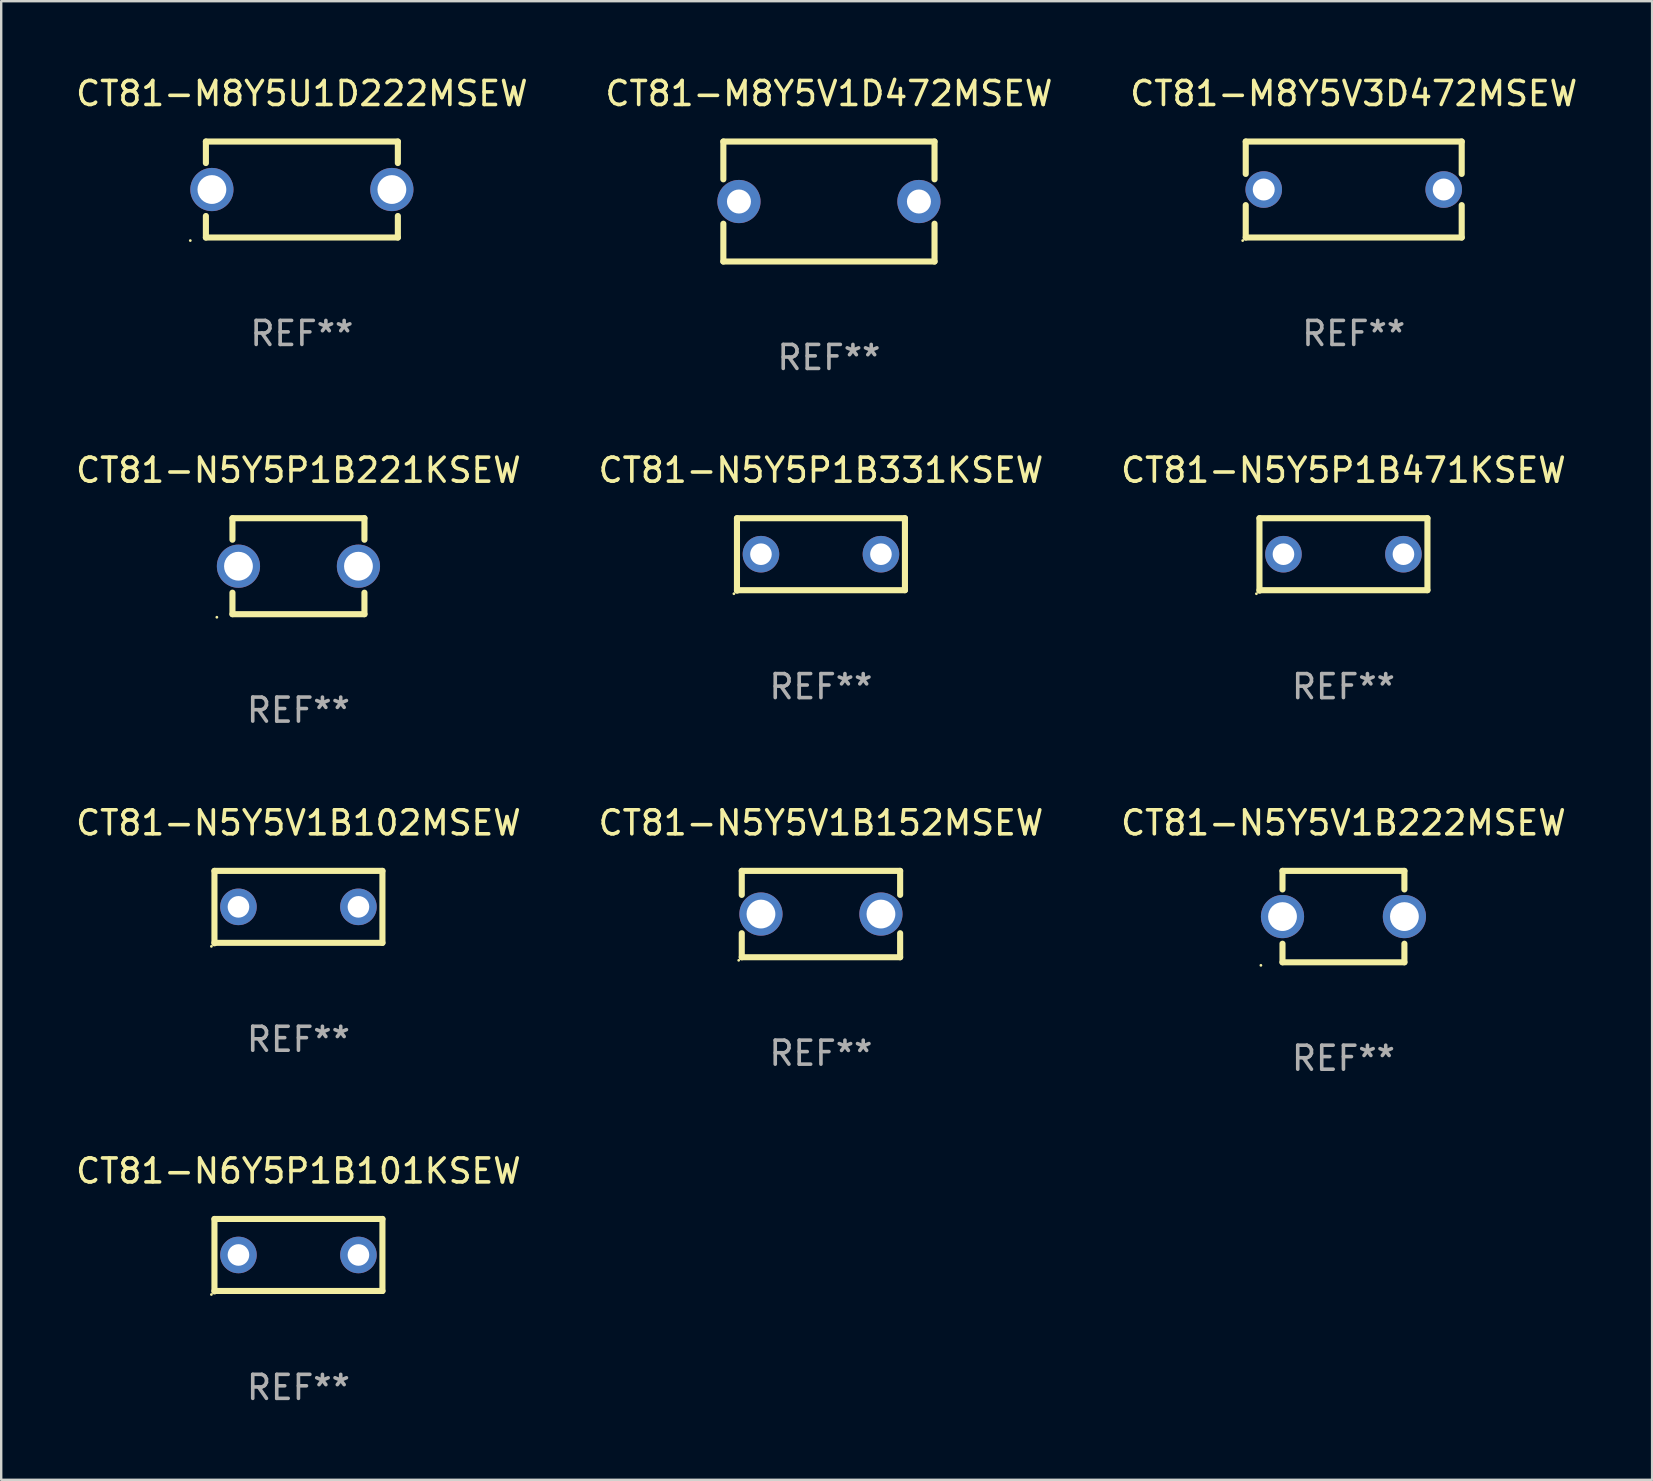
<source format=kicad_pcb>
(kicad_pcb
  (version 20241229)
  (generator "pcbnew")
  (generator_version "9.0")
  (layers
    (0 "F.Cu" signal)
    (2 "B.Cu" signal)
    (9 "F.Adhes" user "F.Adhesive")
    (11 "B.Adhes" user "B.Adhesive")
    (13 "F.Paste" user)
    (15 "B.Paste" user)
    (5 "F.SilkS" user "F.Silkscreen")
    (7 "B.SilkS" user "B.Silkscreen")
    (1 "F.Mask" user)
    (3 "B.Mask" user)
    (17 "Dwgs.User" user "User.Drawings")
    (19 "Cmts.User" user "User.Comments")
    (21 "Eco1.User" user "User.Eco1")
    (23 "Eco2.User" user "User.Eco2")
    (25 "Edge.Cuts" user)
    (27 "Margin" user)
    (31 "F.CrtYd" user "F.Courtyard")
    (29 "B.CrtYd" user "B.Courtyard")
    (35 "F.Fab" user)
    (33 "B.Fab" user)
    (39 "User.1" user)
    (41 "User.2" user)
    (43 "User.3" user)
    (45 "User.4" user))
  (footprint "CT81-N5Y5V1B152MSEW"
    (layer "F.Cu")
    (at 31.161 35.041)
    (property "Reference" "CT81-N5Y5V1B152MSEW" (at 0 -3.8 0) (layer "F.SilkS") (effects (font (size 1 1) (thickness 0.15))))
    (attr through_hole)
    (fp_line (start -3.3 -1.8) (end -3.3 -0.799) (stroke (width 0.254) (type solid)) (layer "F.SilkS"))
    (fp_line (start -3.3 -1.8) (end 3.3 -1.8) (stroke (width 0.254) (type solid)) (layer "F.SilkS"))
    (fp_line (start -3.3 0.799) (end -3.3 1.8) (stroke (width 0.254) (type solid)) (layer "F.SilkS"))
    (fp_line (start 3.3 1.8) (end -3.3 1.8) (stroke (width 0.254) (type solid)) (layer "F.SilkS"))
    (fp_line (start 3.3 -1.8) (end 3.3 -0.799) (stroke (width 0.254) (type solid)) (layer "F.SilkS"))
    (fp_line (start 3.3 0.799) (end 3.3 1.8) (stroke (width 0.254) (type solid)) (layer "F.SilkS"))
    (fp_circle (center -3.427 1.927) (end -3.397 1.927) (stroke (width 0.06) (type solid)) (fill no) (layer "F.SilkS"))
    (fp_text user "REF**" (at 0 5.8 0) (layer "F.Fab") (effects (font (size 1 1) (thickness 0.15))))
    (pad "1" thru_hole circle (at -2.5 0) (size 1.8 1.8) (drill 1.2) (layers "*.Cu" "*.Mask"))
    (pad "2" thru_hole circle (at 2.5 0) (size 1.8 1.8) (drill 1.2) (layers "*.Cu" "*.Mask")))
  (footprint "CT81-N5Y5P1B331KSEW"
    (layer "F.Cu")
    (at 31.161 20.055)
    (property "Reference" "CT81-N5Y5P1B331KSEW" (at 0 -3.51 0) (layer "F.SilkS") (effects (font (size 1 1) (thickness 0.15))))
    (attr through_hole)
    (fp_line (start -3.5 -1.51) (end 3.5 -1.51) (stroke (width 0.254) (type solid)) (layer "F.SilkS"))
    (fp_line (start -3.5 1.51) (end -3.5 -1.51) (stroke (width 0.254) (type solid)) (layer "F.SilkS"))
    (fp_line (start 3.5 -1.51) (end 3.5 1.49) (stroke (width 0.254) (type solid)) (layer "F.SilkS"))
    (fp_line (start 3.5 1.49) (end -3.5 1.49) (stroke (width 0.254) (type solid)) (layer "F.SilkS"))
    (fp_circle (center -3.627 1.637) (end -3.597 1.637) (stroke (width 0.06) (type solid)) (fill no) (layer "F.SilkS"))
    (fp_text user "REF**" (at 0 5.51 0) (layer "F.Fab") (effects (font (size 1 1) (thickness 0.15))))
    (pad "1" thru_hole circle (at -2.5 -0.01) (size 1.524 1.524) (drill 0.9) (layers "*.Cu" "*.Mask"))
    (pad "2" thru_hole circle (at 2.5 -0.01) (size 1.524 1.524) (drill 0.9) (layers "*.Cu" "*.Mask")))
  (footprint "CT81-M8Y5V1D472MSEW"
    (layer "F.Cu")
    (at 31.494 5.348)
    (property "Reference" "CT81-M8Y5V1D472MSEW" (at 0 -4.5 0) (layer "F.SilkS") (effects (font (size 1 1) (thickness 0.15))))
    (attr through_hole)
    (fp_line (start -4.4 -2.5) (end -4.4 -0.925) (stroke (width 0.254) (type solid)) (layer "F.SilkS"))
    (fp_line (start -4.4 -2.5) (end 4.4 -2.5) (stroke (width 0.254) (type solid)) (layer "F.SilkS"))
    (fp_line (start -4.4 0.925) (end -4.4 2.5) (stroke (width 0.254) (type solid)) (layer "F.SilkS"))
    (fp_line (start -4.4 2.5) (end 4.4 2.5) (stroke (width 0.254) (type solid)) (layer "F.SilkS"))
    (fp_line (start 4.4 -2.5) (end 4.4 -0.925) (stroke (width 0.254) (type solid)) (layer "F.SilkS"))
    (fp_line (start 4.4 0.925) (end 4.4 2.5) (stroke (width 0.254) (type solid)) (layer "F.SilkS"))
    (fp_circle (center -4.25 2.5) (end -4.22 2.5) (stroke (width 0.06) (type solid)) (fill no) (layer "F.SilkS"))
    (fp_text user "REF**" (at 0 6.5 0) (layer "F.Fab") (effects (font (size 1 1) (thickness 0.15))))
    (pad "1" thru_hole circle (at -3.75 0) (size 1.8 1.8) (drill 1) (layers "*.Cu" "*.Mask"))
    (pad "2" thru_hole circle (at 3.75 0) (size 1.8 1.8) (drill 1) (layers "*.Cu" "*.Mask")))
  (footprint "CT81-N5Y5P1B471KSEW"
    (layer "F.Cu")
    (at 52.935 20.055)
    (property "Reference" "CT81-N5Y5P1B471KSEW" (at 0 -3.51 0) (layer "F.SilkS") (effects (font (size 1 1) (thickness 0.15))))
    (attr through_hole)
    (fp_line (start -3.5 -1.51) (end 3.5 -1.51) (stroke (width 0.254) (type solid)) (layer "F.SilkS"))
    (fp_line (start -3.5 1.51) (end -3.5 -1.51) (stroke (width 0.254) (type solid)) (layer "F.SilkS"))
    (fp_line (start 3.5 -1.51) (end 3.5 1.49) (stroke (width 0.254) (type solid)) (layer "F.SilkS"))
    (fp_line (start 3.5 1.49) (end -3.5 1.49) (stroke (width 0.254) (type solid)) (layer "F.SilkS"))
    (fp_circle (center -3.627 1.637) (end -3.597 1.637) (stroke (width 0.06) (type solid)) (fill no) (layer "F.SilkS"))
    (fp_text user "REF**" (at 0 5.51 0) (layer "F.Fab") (effects (font (size 1 1) (thickness 0.15))))
    (pad "1" thru_hole circle (at -2.5 -0.01) (size 1.524 1.524) (drill 0.9) (layers "*.Cu" "*.Mask"))
    (pad "2" thru_hole circle (at 2.5 -0.01) (size 1.524 1.524) (drill 0.9) (layers "*.Cu" "*.Mask")))
  (footprint "CT81-N5Y5P1B221KSEW"
    (layer "F.Cu")
    (at 9.387 20.545)
    (property "Reference" "CT81-N5Y5P1B221KSEW" (at 0 -4 0) (layer "F.SilkS") (effects (font (size 1 1) (thickness 0.15))))
    (attr through_hole)
    (fp_line (start -2.75 -2) (end -2.75 -1.103) (stroke (width 0.254) (type solid)) (layer "F.SilkS"))
    (fp_line (start -2.75 -2) (end 2.75 -2) (stroke (width 0.254) (type solid)) (layer "F.SilkS"))
    (fp_line (start -2.75 1.103) (end -2.75 2) (stroke (width 0.254) (type solid)) (layer "F.SilkS"))
    (fp_line (start 2.75 -2) (end 2.75 -1.103) (stroke (width 0.254) (type solid)) (layer "F.SilkS"))
    (fp_line (start 2.75 1.103) (end 2.75 2) (stroke (width 0.254) (type solid)) (layer "F.SilkS"))
    (fp_line (start 2.75 2) (end -2.75 2) (stroke (width 0.254) (type solid)) (layer "F.SilkS"))
    (fp_circle (center -3.4 2.127) (end -3.37 2.127) (stroke (width 0.06) (type solid)) (fill no) (layer "F.SilkS"))
    (fp_text user "REF**" (at 0 6 0) (layer "F.Fab") (effects (font (size 1 1) (thickness 0.15))))
    (pad "1" thru_hole circle (at -2.5 0) (size 1.8 1.8) (drill 1.2) (layers "*.Cu" "*.Mask"))
    (pad "2" thru_hole circle (at 2.5 0) (size 1.8 1.8) (drill 1.2) (layers "*.Cu" "*.Mask")))
  (footprint "CT81-N5Y5V1B102MSEW"
    (layer "F.Cu")
    (at 9.387 34.751)
    (property "Reference" "CT81-N5Y5V1B102MSEW" (at 0 -3.51 0) (layer "F.SilkS") (effects (font (size 1 1) (thickness 0.15))))
    (attr through_hole)
    (fp_line (start -3.5 -1.51) (end 3.5 -1.51) (stroke (width 0.254) (type solid)) (layer "F.SilkS"))
    (fp_line (start -3.5 1.51) (end -3.5 -1.51) (stroke (width 0.254) (type solid)) (layer "F.SilkS"))
    (fp_line (start 3.5 -1.51) (end 3.5 1.49) (stroke (width 0.254) (type solid)) (layer "F.SilkS"))
    (fp_line (start 3.5 1.49) (end -3.5 1.49) (stroke (width 0.254) (type solid)) (layer "F.SilkS"))
    (fp_circle (center -3.627 1.637) (end -3.597 1.637) (stroke (width 0.06) (type solid)) (fill no) (layer "F.SilkS"))
    (fp_text user "REF**" (at 0 5.51 0) (layer "F.Fab") (effects (font (size 1 1) (thickness 0.15))))
    (pad "1" thru_hole circle (at -2.5 -0.01) (size 1.524 1.524) (drill 0.9) (layers "*.Cu" "*.Mask"))
    (pad "2" thru_hole circle (at 2.5 -0.01) (size 1.524 1.524) (drill 0.9) (layers "*.Cu" "*.Mask")))
  (footprint "CT81-N5Y5V1B222MSEW"
    (layer "F.Cu")
    (at 52.935 35.146)
    (property "Reference" "CT81-N5Y5V1B222MSEW" (at 0 -3.905 0) (layer "F.SilkS") (effects (font (size 1 1) (thickness 0.15))))
    (attr through_hole)
    (fp_line (start -2.54 -1.905) (end -2.54 -1.131) (stroke (width 0.254) (type solid)) (layer "F.SilkS"))
    (fp_line (start -2.54 -1.905) (end 2.54 -1.905) (stroke (width 0.254) (type solid)) (layer "F.SilkS"))
    (fp_line (start -2.54 1.131) (end -2.54 1.905) (stroke (width 0.254) (type solid)) (layer "F.SilkS"))
    (fp_line (start 2.54 -1.905) (end 2.54 -1.131) (stroke (width 0.254) (type solid)) (layer "F.SilkS"))
    (fp_line (start 2.54 1.131) (end 2.54 1.905) (stroke (width 0.254) (type solid)) (layer "F.SilkS"))
    (fp_line (start 2.54 1.905) (end -2.54 1.905) (stroke (width 0.254) (type solid)) (layer "F.SilkS"))
    (fp_circle (center -3.44 2.032) (end -3.41 2.032) (stroke (width 0.06) (type solid)) (fill no) (layer "F.SilkS"))
    (fp_text user "REF**" (at 0 5.905 0) (layer "F.Fab") (effects (font (size 1 1) (thickness 0.15))))
    (pad "1" thru_hole circle (at -2.54 0) (size 1.8 1.8) (drill 1.2) (layers "*.Cu" "*.Mask"))
    (pad "2" thru_hole circle (at 2.54 0) (size 1.8 1.8) (drill 1.2) (layers "*.Cu" "*.Mask")))
  (footprint "CT81-N6Y5P1B101KSEW"
    (layer "F.Cu")
    (at 9.387 49.258)
    (property "Reference" "CT81-N6Y5P1B101KSEW" (at 0 -3.51 0) (layer "F.SilkS") (effects (font (size 1 1) (thickness 0.15))))
    (attr through_hole)
    (fp_line (start -3.5 -1.51) (end 3.5 -1.51) (stroke (width 0.254) (type solid)) (layer "F.SilkS"))
    (fp_line (start -3.5 1.51) (end -3.5 -1.51) (stroke (width 0.254) (type solid)) (layer "F.SilkS"))
    (fp_line (start 3.5 -1.51) (end 3.5 1.49) (stroke (width 0.254) (type solid)) (layer "F.SilkS"))
    (fp_line (start 3.5 1.49) (end -3.5 1.49) (stroke (width 0.254) (type solid)) (layer "F.SilkS"))
    (fp_circle (center -3.627 1.637) (end -3.597 1.637) (stroke (width 0.06) (type solid)) (fill no) (layer "F.SilkS"))
    (fp_text user "REF**" (at 0 5.51 0) (layer "F.Fab") (effects (font (size 1 1) (thickness 0.15))))
    (pad "1" thru_hole circle (at -2.5 -0.01) (size 1.524 1.524) (drill 0.9) (layers "*.Cu" "*.Mask"))
    (pad "2" thru_hole circle (at 2.5 -0.01) (size 1.524 1.524) (drill 0.9) (layers "*.Cu" "*.Mask")))
  (footprint "CT81-M8Y5V3D472MSEW"
    (layer "F.Cu")
    (at 53.363 4.848)
    (property "Reference" "CT81-M8Y5V3D472MSEW" (at 0 -4 0) (layer "F.SilkS") (effects (font (size 1 1) (thickness 0.15))))
    (attr through_hole)
    (fp_line (start -4.5 -2) (end -4.5 -0.65) (stroke (width 0.254) (type solid)) (layer "F.SilkS"))
    (fp_line (start -4.5 -2) (end 4.5 -2) (stroke (width 0.254) (type solid)) (layer "F.SilkS"))
    (fp_line (start -4.5 0.65) (end -4.5 2) (stroke (width 0.254) (type solid)) (layer "F.SilkS"))
    (fp_line (start -4.5 2) (end 4.5 2) (stroke (width 0.254) (type solid)) (layer "F.SilkS"))
    (fp_line (start 4.5 -2) (end 4.5 -0.65) (stroke (width 0.254) (type solid)) (layer "F.SilkS"))
    (fp_line (start 4.5 0.65) (end 4.5 2) (stroke (width 0.254) (type solid)) (layer "F.SilkS"))
    (fp_circle (center -4.627 2.127) (end -4.597 2.127) (stroke (width 0.06) (type solid)) (fill no) (layer "F.SilkS"))
    (fp_text user "REF**" (at 0 6 0) (layer "F.Fab") (effects (font (size 1 1) (thickness 0.15))))
    (pad "1" thru_hole circle (at -3.75 0) (size 1.524 1.524) (drill 0.914) (layers "*.Cu" "*.Mask"))
    (pad "2" thru_hole circle (at 3.75 0) (size 1.524 1.524) (drill 0.914) (layers "*.Cu" "*.Mask")))
  (footprint "CT81-M8Y5U1D222MSEW"
    (layer "F.Cu")
    (at 9.53 4.848)
    (property "Reference" "CT81-M8Y5U1D222MSEW" (at 0 -4 0) (layer "F.SilkS") (effects (font (size 1 1) (thickness 0.15))))
    (attr through_hole)
    (fp_line (start -4 -2) (end -4 -1.103) (stroke (width 0.254) (type solid)) (layer "F.SilkS"))
    (fp_line (start -4 -2) (end 4 -2) (stroke (width 0.254) (type solid)) (layer "F.SilkS"))
    (fp_line (start -4 1.103) (end -4 2) (stroke (width 0.254) (type solid)) (layer "F.SilkS"))
    (fp_line (start 4 -2) (end 4 -1.103) (stroke (width 0.254) (type solid)) (layer "F.SilkS"))
    (fp_line (start 4 1.103) (end 4 2) (stroke (width 0.254) (type solid)) (layer "F.SilkS"))
    (fp_line (start 4 2) (end -4 2) (stroke (width 0.254) (type solid)) (layer "F.SilkS"))
    (fp_circle (center -4.65 2.127) (end -4.62 2.127) (stroke (width 0.06) (type solid)) (fill no) (layer "F.SilkS"))
    (fp_text user "REF**" (at 0 6 0) (layer "F.Fab") (effects (font (size 1 1) (thickness 0.15))))
    (pad "1" thru_hole circle (at -3.75 0) (size 1.8 1.8) (drill 1.2) (layers "*.Cu" "*.Mask"))
    (pad "2" thru_hole circle (at 3.75 0) (size 1.8 1.8) (drill 1.2) (layers "*.Cu" "*.Mask")))
  (gr_rect
    (start -3 -3)
    (end 65.798 58.616)
    (stroke (width 0.1) (type default))
    (fill no)
    (layer "Edge.Cuts")))
</source>
